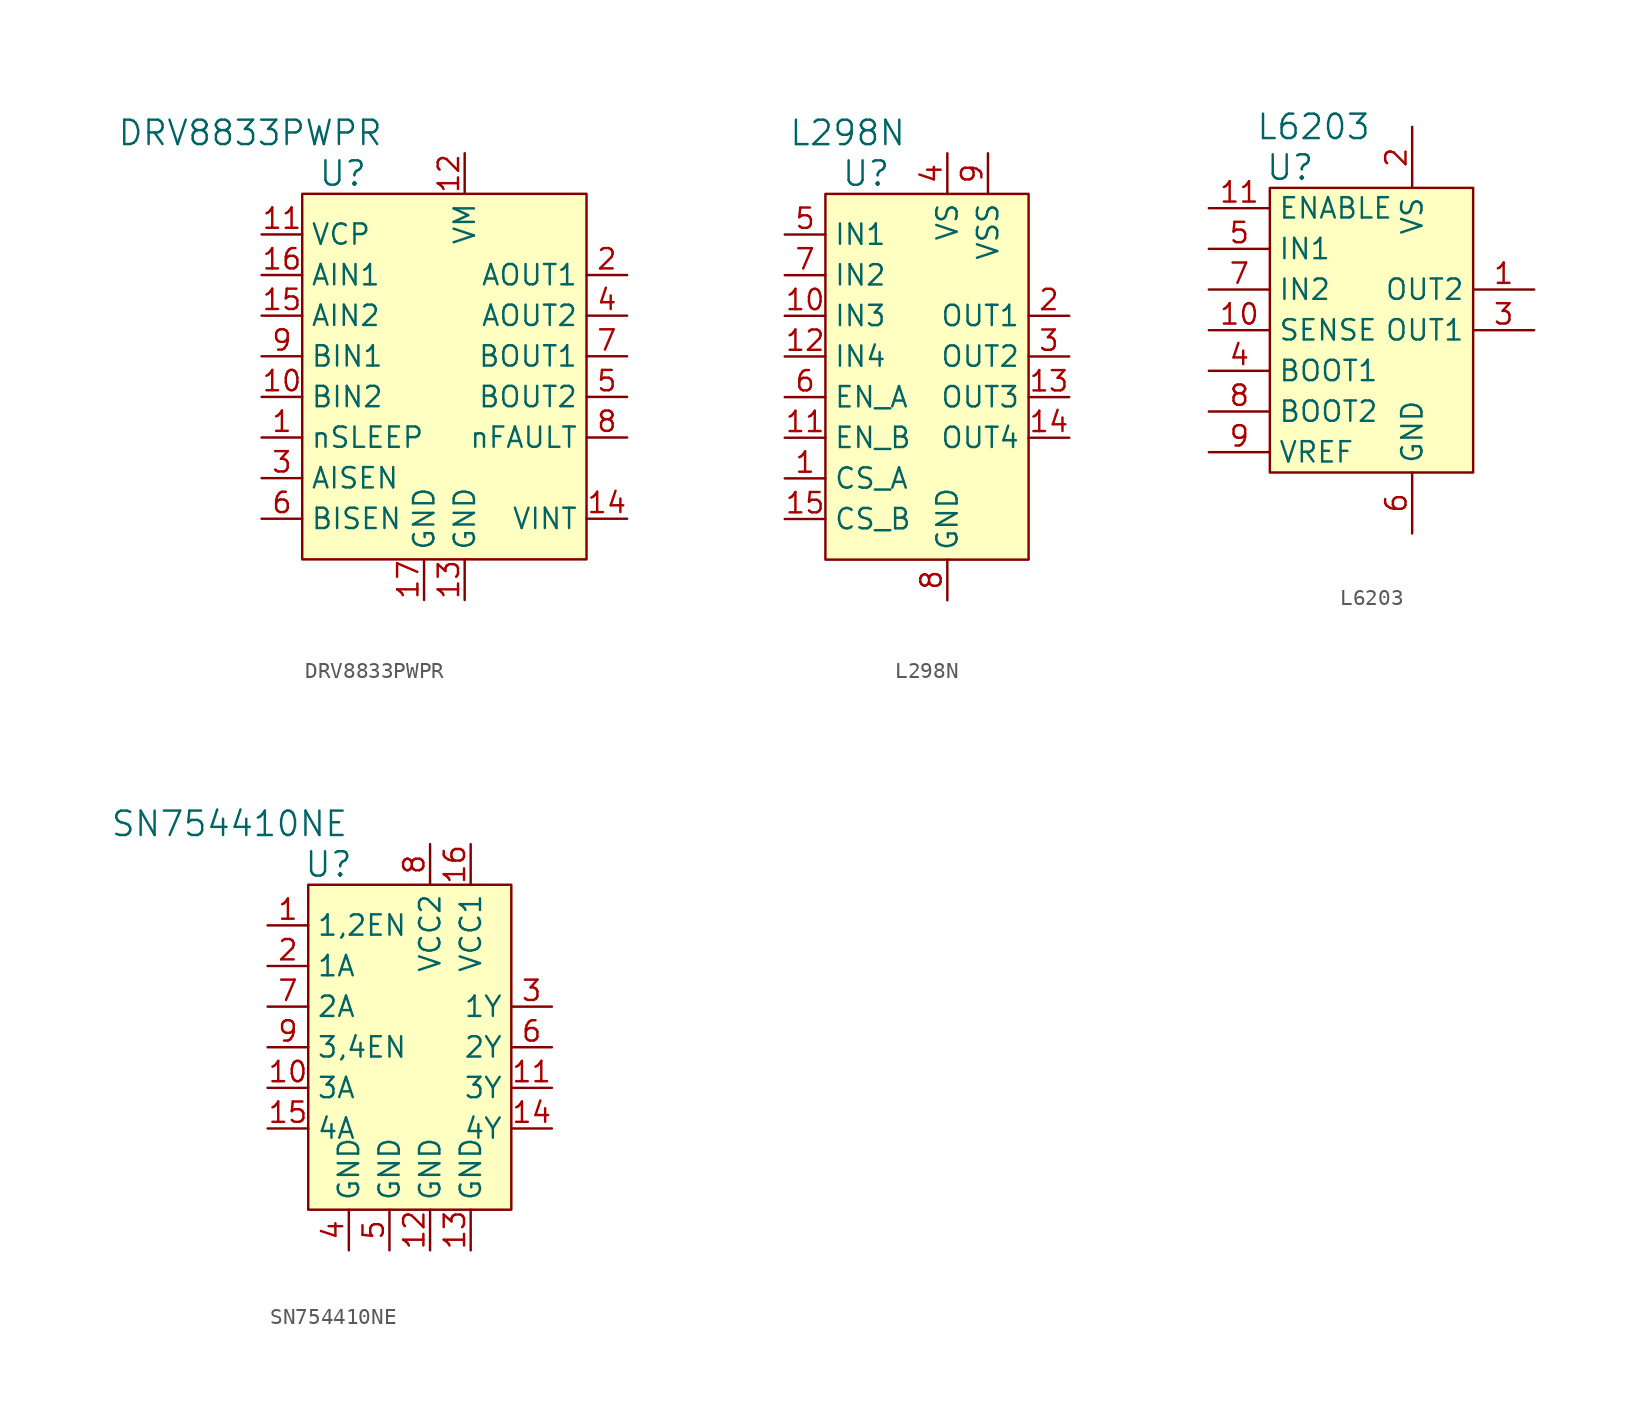
<source format=kicad_sym>
(kicad_symbol_lib
  (version 20220914)
  (generator kicad_symbol_editor)
  (symbol "DRV8833PWPR"
    (property "Reference" "U"
      (at -7.62 13.97 0)
      (effects (font (size 1.524 1.524))))
    (property "Value" "DRV8833PWPR"
      (at -5.08 16.51 0)
      (effects (font (size 1.524 1.524)) (justify right)))
    (symbol "DRV8833PWPR_0_1"
      (rectangle (start -10.16 12.7) (end 7.62 -10.16) (stroke (width 0) (type solid)) (fill (type background))))
    (symbol "DRV8833PWPR_1_1"
      (pin input line (at -12.7 -2.54 0) (length 2.54) (name "nSLEEP" (effects (font (size 1.27 1.27)))) (number "1" (effects (font (size 1.27 1.27)))))
      (pin input line (at -12.7 0 0) (length 2.54) (name "BIN2" (effects (font (size 1.27 1.27)))) (number "10" (effects (font (size 1.27 1.27)))))
      (pin bidirectional line (at -12.7 10.16 0) (length 2.54) (name "VCP" (effects (font (size 1.27 1.27)))) (number "11" (effects (font (size 1.27 1.27)))))
      (pin power_in line (at 0 15.24 270) (length 2.54) (name "VM" (effects (font (size 1.27 1.27)))) (number "12" (effects (font (size 1.27 1.27)))))
      (pin power_in line (at 0 -12.7 90) (length 2.54) (name "GND" (effects (font (size 1.27 1.27)))) (number "13" (effects (font (size 1.27 1.27)))))
      (pin passive line (at 10.16 -7.62 180) (length 2.54) (name "VINT" (effects (font (size 1.27 1.27)))) (number "14" (effects (font (size 1.27 1.27)))))
      (pin input line (at -12.7 5.08 0) (length 2.54) (name "AIN2" (effects (font (size 1.27 1.27)))) (number "15" (effects (font (size 1.27 1.27)))))
      (pin input line (at -12.7 7.62 0) (length 2.54) (name "AIN1" (effects (font (size 1.27 1.27)))) (number "16" (effects (font (size 1.27 1.27)))))
      (pin unspecified line (at -2.54 -12.7 90) (length 2.54) (name "GND" (effects (font (size 1.27 1.27)))) (number "17" (effects (font (size 1.27 1.27)))))
      (pin output line (at 10.16 7.62 180) (length 2.54) (name "AOUT1" (effects (font (size 1.27 1.27)))) (number "2" (effects (font (size 1.27 1.27)))))
      (pin bidirectional line (at -12.7 -5.08 0) (length 2.54) (name "AISEN" (effects (font (size 1.27 1.27)))) (number "3" (effects (font (size 1.27 1.27)))))
      (pin output line (at 10.16 5.08 180) (length 2.54) (name "AOUT2" (effects (font (size 1.27 1.27)))) (number "4" (effects (font (size 1.27 1.27)))))
      (pin output line (at 10.16 0 180) (length 2.54) (name "BOUT2" (effects (font (size 1.27 1.27)))) (number "5" (effects (font (size 1.27 1.27)))))
      (pin bidirectional line (at -12.7 -7.62 0) (length 2.54) (name "BISEN" (effects (font (size 1.27 1.27)))) (number "6" (effects (font (size 1.27 1.27)))))
      (pin output line (at 10.16 2.54 180) (length 2.54) (name "BOUT1" (effects (font (size 1.27 1.27)))) (number "7" (effects (font (size 1.27 1.27)))))
      (pin output line (at 10.16 -2.54 180) (length 2.54) (name "nFAULT" (effects (font (size 1.27 1.27)))) (number "8" (effects (font (size 1.27 1.27)))))
      (pin input line (at -12.7 2.54 0) (length 2.54) (name "BIN1" (effects (font (size 1.27 1.27)))) (number "9" (effects (font (size 1.27 1.27)))))))
  (symbol "L298N"
    (property "Reference" "U"
      (at -5.08 8.89 0)
      (effects (font (size 1.524 1.524))))
    (property "Value" "L298N"
      (at -2.54 11.43 0)
      (effects (font (size 1.524 1.524)) (justify right)))
    (symbol "L298N_0_1"
      (rectangle (start -7.62 7.62) (end 5.08 -15.24) (stroke (width 0) (type solid)) (fill (type background))))
    (symbol "L298N_1_1"
      (pin input line (at -10.16 -10.16 0) (length 2.54) (name "CS_A" (effects (font (size 1.27 1.27)))) (number "1" (effects (font (size 1.27 1.27)))))
      (pin input line (at -10.16 0 0) (length 2.54) (name "IN3" (effects (font (size 1.27 1.27)))) (number "10" (effects (font (size 1.27 1.27)))))
      (pin input line (at -10.16 -7.62 0) (length 2.54) (name "EN_B" (effects (font (size 1.27 1.27)))) (number "11" (effects (font (size 1.27 1.27)))))
      (pin input line (at -10.16 -2.54 0) (length 2.54) (name "IN4" (effects (font (size 1.27 1.27)))) (number "12" (effects (font (size 1.27 1.27)))))
      (pin output line (at 7.62 -5.08 180) (length 2.54) (name "OUT3" (effects (font (size 1.27 1.27)))) (number "13" (effects (font (size 1.27 1.27)))))
      (pin output line (at 7.62 -7.62 180) (length 2.54) (name "OUT4" (effects (font (size 1.27 1.27)))) (number "14" (effects (font (size 1.27 1.27)))))
      (pin input line (at -10.16 -12.7 0) (length 2.54) (name "CS_B" (effects (font (size 1.27 1.27)))) (number "15" (effects (font (size 1.27 1.27)))))
      (pin output line (at 7.62 0 180) (length 2.54) (name "OUT1" (effects (font (size 1.27 1.27)))) (number "2" (effects (font (size 1.27 1.27)))))
      (pin output line (at 7.62 -2.54 180) (length 2.54) (name "OUT2" (effects (font (size 1.27 1.27)))) (number "3" (effects (font (size 1.27 1.27)))))
      (pin power_in line (at 0 10.16 270) (length 2.54) (name "VS" (effects (font (size 1.27 1.27)))) (number "4" (effects (font (size 1.27 1.27)))))
      (pin input line (at -10.16 5.08 0) (length 2.54) (name "IN1" (effects (font (size 1.27 1.27)))) (number "5" (effects (font (size 1.27 1.27)))))
      (pin input line (at -10.16 -5.08 0) (length 2.54) (name "EN_A" (effects (font (size 1.27 1.27)))) (number "6" (effects (font (size 1.27 1.27)))))
      (pin input line (at -10.16 2.54 0) (length 2.54) (name "IN2" (effects (font (size 1.27 1.27)))) (number "7" (effects (font (size 1.27 1.27)))))
      (pin power_in line (at 0 -17.78 90) (length 2.54) (name "GND" (effects (font (size 1.27 1.27)))) (number "8" (effects (font (size 1.27 1.27)))))
      (pin power_in line (at 2.54 10.16 270) (length 2.54) (name "VSS" (effects (font (size 1.27 1.27)))) (number "9" (effects (font (size 1.27 1.27)))))))
  (symbol "L6203"
    (property "Reference" "U"
      (at -5.08 10.16 0)
      (effects (font (size 1.524 1.524))))
    (property "Value" "L6203"
      (at 0 12.7 0)
      (effects (font (size 1.524 1.524)) (justify right)))
    (symbol "L6203_0_1"
      (rectangle (start -6.35 8.89) (end 6.35 -8.89) (stroke (width 0) (type solid)) (fill (type background))))
    (symbol "L6203_1_1"
      (pin output line (at 10.16 2.54 180) (length 3.81) (name "OUT2" (effects (font (size 1.27 1.27)))) (number "1" (effects (font (size 1.27 1.27)))))
      (pin input line (at -10.16 0 0) (length 3.81) (name "SENSE" (effects (font (size 1.27 1.27)))) (number "10" (effects (font (size 1.27 1.27)))))
      (pin input line (at -10.16 7.62 0) (length 3.81) (name "ENABLE" (effects (font (size 1.27 1.27)))) (number "11" (effects (font (size 1.27 1.27)))))
      (pin power_in line (at 2.54 12.7 270) (length 3.81) (name "VS" (effects (font (size 1.27 1.27)))) (number "2" (effects (font (size 1.27 1.27)))))
      (pin output line (at 10.16 0 180) (length 3.81) (name "OUT1" (effects (font (size 1.27 1.27)))) (number "3" (effects (font (size 1.27 1.27)))))
      (pin passive line (at -10.16 -2.54 0) (length 3.81) (name "BOOT1" (effects (font (size 1.27 1.27)))) (number "4" (effects (font (size 1.27 1.27)))))
      (pin input line (at -10.16 5.08 0) (length 3.81) (name "IN1" (effects (font (size 1.27 1.27)))) (number "5" (effects (font (size 1.27 1.27)))))
      (pin power_in line (at 2.54 -12.7 90) (length 3.81) (name "GND" (effects (font (size 1.27 1.27)))) (number "6" (effects (font (size 1.27 1.27)))))
      (pin input line (at -10.16 2.54 0) (length 3.81) (name "IN2" (effects (font (size 1.27 1.27)))) (number "7" (effects (font (size 1.27 1.27)))))
      (pin passive line (at -10.16 -5.08 0) (length 3.81) (name "BOOT2" (effects (font (size 1.27 1.27)))) (number "8" (effects (font (size 1.27 1.27)))))
      (pin passive line (at -10.16 -7.62 0) (length 3.81) (name "VREF" (effects (font (size 1.27 1.27)))) (number "9" (effects (font (size 1.27 1.27)))))))
  (symbol "SN754410NE"
    (property "Reference" "U"
      (at -3.81 6.35 0)
      (effects (font (size 1.524 1.524))))
    (property "Value" "SN754410NE"
      (at -2.54 8.89 0)
      (effects (font (size 1.524 1.524)) (justify right)))
    (symbol "SN754410NE_0_1"
      (rectangle (start -5.08 5.08) (end 7.62 -15.24) (stroke (width 0) (type solid)) (fill (type background))))
    (symbol "SN754410NE_1_1"
      (pin input line (at -7.62 2.54 0) (length 2.54) (name "1,2EN" (effects (font (size 1.27 1.27)))) (number "1" (effects (font (size 1.27 1.27)))))
      (pin input line (at -7.62 -7.62 0) (length 2.54) (name "3A" (effects (font (size 1.27 1.27)))) (number "10" (effects (font (size 1.27 1.27)))))
      (pin output line (at 10.16 -7.62 180) (length 2.54) (name "3Y" (effects (font (size 1.27 1.27)))) (number "11" (effects (font (size 1.27 1.27)))))
      (pin power_in line (at 2.54 -17.78 90) (length 2.54) (name "GND" (effects (font (size 1.27 1.27)))) (number "12" (effects (font (size 1.27 1.27)))))
      (pin power_in line (at 5.08 -17.78 90) (length 2.54) (name "GND" (effects (font (size 1.27 1.27)))) (number "13" (effects (font (size 1.27 1.27)))))
      (pin output line (at 10.16 -10.16 180) (length 2.54) (name "4Y" (effects (font (size 1.27 1.27)))) (number "14" (effects (font (size 1.27 1.27)))))
      (pin input line (at -7.62 -10.16 0) (length 2.54) (name "4A" (effects (font (size 1.27 1.27)))) (number "15" (effects (font (size 1.27 1.27)))))
      (pin power_in line (at 5.08 7.62 270) (length 2.54) (name "VCC1" (effects (font (size 1.27 1.27)))) (number "16" (effects (font (size 1.27 1.27)))))
      (pin input line (at -7.62 0 0) (length 2.54) (name "1A" (effects (font (size 1.27 1.27)))) (number "2" (effects (font (size 1.27 1.27)))))
      (pin output line (at 10.16 -2.54 180) (length 2.54) (name "1Y" (effects (font (size 1.27 1.27)))) (number "3" (effects (font (size 1.27 1.27)))))
      (pin power_in line (at -2.54 -17.78 90) (length 2.54) (name "GND" (effects (font (size 1.27 1.27)))) (number "4" (effects (font (size 1.27 1.27)))))
      (pin power_in line (at 0 -17.78 90) (length 2.54) (name "GND" (effects (font (size 1.27 1.27)))) (number "5" (effects (font (size 1.27 1.27)))))
      (pin output line (at 10.16 -5.08 180) (length 2.54) (name "2Y" (effects (font (size 1.27 1.27)))) (number "6" (effects (font (size 1.27 1.27)))))
      (pin input line (at -7.62 -2.54 0) (length 2.54) (name "2A" (effects (font (size 1.27 1.27)))) (number "7" (effects (font (size 1.27 1.27)))))
      (pin power_in line (at 2.54 7.62 270) (length 2.54) (name "VCC2" (effects (font (size 1.27 1.27)))) (number "8" (effects (font (size 1.27 1.27)))))
      (pin input line (at -7.62 -5.08 0) (length 2.54) (name "3,4EN" (effects (font (size 1.27 1.27)))) (number "9" (effects (font (size 1.27 1.27))))))))
</source>
